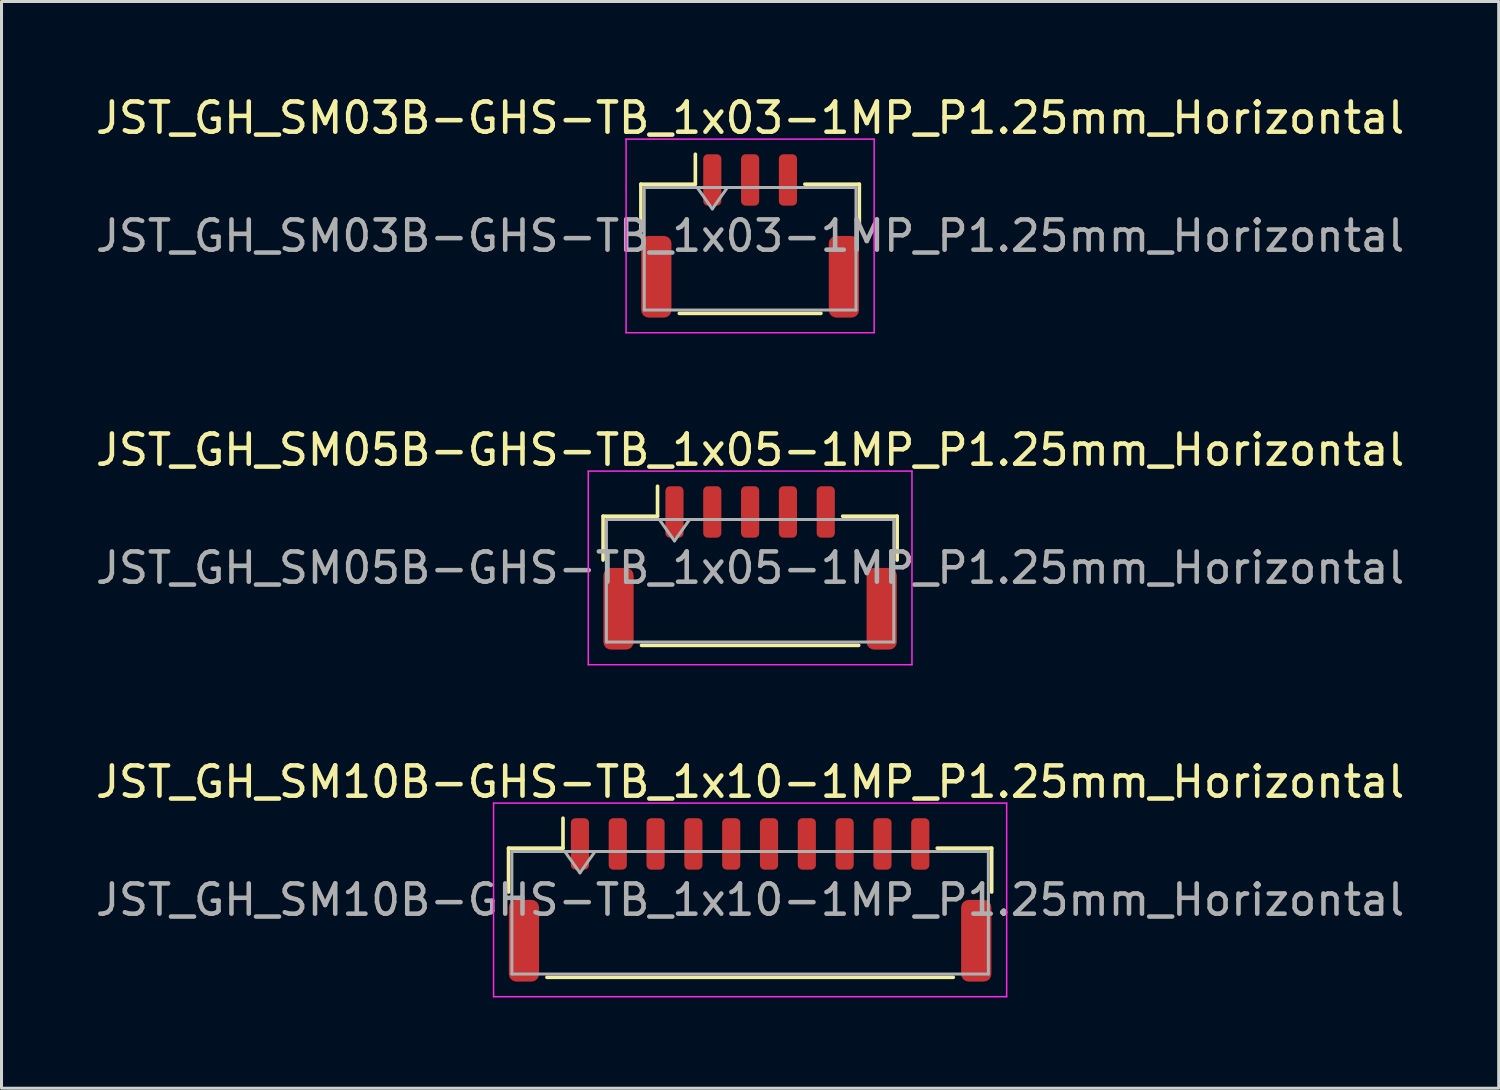
<source format=kicad_pcb>
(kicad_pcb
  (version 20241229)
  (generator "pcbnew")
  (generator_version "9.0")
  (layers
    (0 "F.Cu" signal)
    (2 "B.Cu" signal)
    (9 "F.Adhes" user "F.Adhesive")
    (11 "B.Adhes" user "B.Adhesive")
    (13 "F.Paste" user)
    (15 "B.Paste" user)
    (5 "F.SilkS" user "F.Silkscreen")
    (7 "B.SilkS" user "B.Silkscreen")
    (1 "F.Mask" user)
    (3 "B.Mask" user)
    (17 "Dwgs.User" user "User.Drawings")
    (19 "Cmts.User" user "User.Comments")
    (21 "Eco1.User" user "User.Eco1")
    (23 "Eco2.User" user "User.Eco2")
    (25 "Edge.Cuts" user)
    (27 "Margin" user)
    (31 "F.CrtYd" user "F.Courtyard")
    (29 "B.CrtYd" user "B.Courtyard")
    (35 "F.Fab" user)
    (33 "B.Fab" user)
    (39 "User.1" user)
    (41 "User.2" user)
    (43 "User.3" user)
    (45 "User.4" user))
  (footprint "JST_GH_SM10B-GHS-TB_1x10-1MP_P1.25mm_Horizontal"
    (layer "F.Cu")
    (at 21.744 26.695)
    (property "Reference" "JST_GH_SM10B-GHS-TB_1x10-1MP_P1.25mm_Horizontal" (at 0 -3.9 0) (layer "F.SilkS") (effects (font (size 1 1) (thickness 0.15))))
    (attr smd)
    (fp_line (start -7.985 -1.71) (end -6.185 -1.71) (stroke (width 0.12) (type solid)) (layer "F.SilkS"))
    (fp_line (start -7.985 -0.26) (end -7.985 -1.71) (stroke (width 0.12) (type solid)) (layer "F.SilkS"))
    (fp_line (start -6.715 2.56) (end 6.715 2.56) (stroke (width 0.12) (type solid)) (layer "F.SilkS"))
    (fp_line (start -6.185 -1.71) (end -6.185 -2.7) (stroke (width 0.12) (type solid)) (layer "F.SilkS"))
    (fp_line (start 7.985 -1.71) (end 6.185 -1.71) (stroke (width 0.12) (type solid)) (layer "F.SilkS"))
    (fp_line (start 7.985 -0.26) (end 7.985 -1.71) (stroke (width 0.12) (type solid)) (layer "F.SilkS"))
    (fp_line (start -8.48 -3.2) (end -8.48 3.2) (stroke (width 0.05) (type solid)) (layer "F.CrtYd"))
    (fp_line (start -8.48 3.2) (end 8.48 3.2) (stroke (width 0.05) (type solid)) (layer "F.CrtYd"))
    (fp_line (start 8.48 -3.2) (end -8.48 -3.2) (stroke (width 0.05) (type solid)) (layer "F.CrtYd"))
    (fp_line (start 8.48 3.2) (end 8.48 -3.2) (stroke (width 0.05) (type solid)) (layer "F.CrtYd"))
    (fp_line (start -7.875 -1.6) (end -7.875 2.45) (stroke (width 0.1) (type solid)) (layer "F.Fab"))
    (fp_line (start -7.875 -1.6) (end 7.875 -1.6) (stroke (width 0.1) (type solid)) (layer "F.Fab"))
    (fp_line (start -7.875 2.45) (end 7.875 2.45) (stroke (width 0.1) (type solid)) (layer "F.Fab"))
    (fp_line (start -6.125 -1.6) (end -5.625 -0.893) (stroke (width 0.1) (type solid)) (layer "F.Fab"))
    (fp_line (start -5.625 -0.893) (end -5.125 -1.6) (stroke (width 0.1) (type solid)) (layer "F.Fab"))
    (fp_line (start 7.875 -1.6) (end 7.875 2.45) (stroke (width 0.1) (type solid)) (layer "F.Fab"))
    (fp_text user "${REFERENCE}" (at 0 0 0) (layer "F.Fab") (effects (font (size 1 1) (thickness 0.15))))
    (pad "1" smd roundrect (at -5.625 -1.85) (size 0.6 1.7) (layers "F.Cu" "F.Mask" "F.Paste") (roundrect_rratio 0.25))
    (pad "2" smd roundrect (at -4.375 -1.85) (size 0.6 1.7) (layers "F.Cu" "F.Mask" "F.Paste") (roundrect_rratio 0.25))
    (pad "3" smd roundrect (at -3.125 -1.85) (size 0.6 1.7) (layers "F.Cu" "F.Mask" "F.Paste") (roundrect_rratio 0.25))
    (pad "4" smd roundrect (at -1.875 -1.85) (size 0.6 1.7) (layers "F.Cu" "F.Mask" "F.Paste") (roundrect_rratio 0.25))
    (pad "5" smd roundrect (at -0.625 -1.85) (size 0.6 1.7) (layers "F.Cu" "F.Mask" "F.Paste") (roundrect_rratio 0.25))
    (pad "6" smd roundrect (at 0.625 -1.85) (size 0.6 1.7) (layers "F.Cu" "F.Mask" "F.Paste") (roundrect_rratio 0.25))
    (pad "7" smd roundrect (at 1.875 -1.85) (size 0.6 1.7) (layers "F.Cu" "F.Mask" "F.Paste") (roundrect_rratio 0.25))
    (pad "8" smd roundrect (at 3.125 -1.85) (size 0.6 1.7) (layers "F.Cu" "F.Mask" "F.Paste") (roundrect_rratio 0.25))
    (pad "9" smd roundrect (at 4.375 -1.85) (size 0.6 1.7) (layers "F.Cu" "F.Mask" "F.Paste") (roundrect_rratio 0.25))
    (pad "10" smd roundrect (at 5.625 -1.85) (size 0.6 1.7) (layers "F.Cu" "F.Mask" "F.Paste") (roundrect_rratio 0.25))
    (pad "MP" smd roundrect (at -7.475 1.35) (size 1 2.7) (layers "F.Cu" "F.Mask" "F.Paste") (roundrect_rratio 0.25))
    (pad "MP" smd roundrect (at 7.475 1.35) (size 1 2.7) (layers "F.Cu" "F.Mask" "F.Paste") (roundrect_rratio 0.25)))
  (footprint "JST_GH_SM05B-GHS-TB_1x05-1MP_P1.25mm_Horizontal"
    (layer "F.Cu")
    (at 21.744 15.722)
    (property "Reference" "JST_GH_SM05B-GHS-TB_1x05-1MP_P1.25mm_Horizontal" (at 0 -3.9 0) (layer "F.SilkS") (effects (font (size 1 1) (thickness 0.15))))
    (attr smd)
    (fp_line (start -4.86 -1.71) (end -3.06 -1.71) (stroke (width 0.12) (type solid)) (layer "F.SilkS"))
    (fp_line (start -4.86 -0.26) (end -4.86 -1.71) (stroke (width 0.12) (type solid)) (layer "F.SilkS"))
    (fp_line (start -3.59 2.56) (end 3.59 2.56) (stroke (width 0.12) (type solid)) (layer "F.SilkS"))
    (fp_line (start -3.06 -1.71) (end -3.06 -2.7) (stroke (width 0.12) (type solid)) (layer "F.SilkS"))
    (fp_line (start 4.86 -1.71) (end 3.06 -1.71) (stroke (width 0.12) (type solid)) (layer "F.SilkS"))
    (fp_line (start 4.86 -0.26) (end 4.86 -1.71) (stroke (width 0.12) (type solid)) (layer "F.SilkS"))
    (fp_line (start -5.35 -3.2) (end -5.35 3.2) (stroke (width 0.05) (type solid)) (layer "F.CrtYd"))
    (fp_line (start -5.35 3.2) (end 5.35 3.2) (stroke (width 0.05) (type solid)) (layer "F.CrtYd"))
    (fp_line (start 5.35 -3.2) (end -5.35 -3.2) (stroke (width 0.05) (type solid)) (layer "F.CrtYd"))
    (fp_line (start 5.35 3.2) (end 5.35 -3.2) (stroke (width 0.05) (type solid)) (layer "F.CrtYd"))
    (fp_line (start -4.75 -1.6) (end -4.75 2.45) (stroke (width 0.1) (type solid)) (layer "F.Fab"))
    (fp_line (start -4.75 -1.6) (end 4.75 -1.6) (stroke (width 0.1) (type solid)) (layer "F.Fab"))
    (fp_line (start -4.75 2.45) (end 4.75 2.45) (stroke (width 0.1) (type solid)) (layer "F.Fab"))
    (fp_line (start -3 -1.6) (end -2.5 -0.893) (stroke (width 0.1) (type solid)) (layer "F.Fab"))
    (fp_line (start -2.5 -0.893) (end -2 -1.6) (stroke (width 0.1) (type solid)) (layer "F.Fab"))
    (fp_line (start 4.75 -1.6) (end 4.75 2.45) (stroke (width 0.1) (type solid)) (layer "F.Fab"))
    (fp_text user "${REFERENCE}" (at 0 0 0) (layer "F.Fab") (effects (font (size 1 1) (thickness 0.15))))
    (pad "1" smd roundrect (at -2.5 -1.85) (size 0.6 1.7) (layers "F.Cu" "F.Mask" "F.Paste") (roundrect_rratio 0.25))
    (pad "2" smd roundrect (at -1.25 -1.85) (size 0.6 1.7) (layers "F.Cu" "F.Mask" "F.Paste") (roundrect_rratio 0.25))
    (pad "3" smd roundrect (at 0 -1.85) (size 0.6 1.7) (layers "F.Cu" "F.Mask" "F.Paste") (roundrect_rratio 0.25))
    (pad "4" smd roundrect (at 1.25 -1.85) (size 0.6 1.7) (layers "F.Cu" "F.Mask" "F.Paste") (roundrect_rratio 0.25))
    (pad "5" smd roundrect (at 2.5 -1.85) (size 0.6 1.7) (layers "F.Cu" "F.Mask" "F.Paste") (roundrect_rratio 0.25))
    (pad "MP" smd roundrect (at -4.35 1.35) (size 1 2.7) (layers "F.Cu" "F.Mask" "F.Paste") (roundrect_rratio 0.25))
    (pad "MP" smd roundrect (at 4.35 1.35) (size 1 2.7) (layers "F.Cu" "F.Mask" "F.Paste") (roundrect_rratio 0.25)))
  (footprint "JST_GH_SM03B-GHS-TB_1x03-1MP_P1.25mm_Horizontal"
    (layer "F.Cu")
    (at 21.744 4.748)
    (property "Reference" "JST_GH_SM03B-GHS-TB_1x03-1MP_P1.25mm_Horizontal" (at 0 -3.9 0) (layer "F.SilkS") (effects (font (size 1 1) (thickness 0.15))))
    (attr smd)
    (fp_line (start -3.61 -1.71) (end -1.81 -1.71) (stroke (width 0.12) (type solid)) (layer "F.SilkS"))
    (fp_line (start -3.61 -0.26) (end -3.61 -1.71) (stroke (width 0.12) (type solid)) (layer "F.SilkS"))
    (fp_line (start -2.34 2.56) (end 2.34 2.56) (stroke (width 0.12) (type solid)) (layer "F.SilkS"))
    (fp_line (start -1.81 -1.71) (end -1.81 -2.7) (stroke (width 0.12) (type solid)) (layer "F.SilkS"))
    (fp_line (start 3.61 -1.71) (end 1.81 -1.71) (stroke (width 0.12) (type solid)) (layer "F.SilkS"))
    (fp_line (start 3.61 -0.26) (end 3.61 -1.71) (stroke (width 0.12) (type solid)) (layer "F.SilkS"))
    (fp_line (start -4.1 -3.2) (end -4.1 3.2) (stroke (width 0.05) (type solid)) (layer "F.CrtYd"))
    (fp_line (start -4.1 3.2) (end 4.1 3.2) (stroke (width 0.05) (type solid)) (layer "F.CrtYd"))
    (fp_line (start 4.1 -3.2) (end -4.1 -3.2) (stroke (width 0.05) (type solid)) (layer "F.CrtYd"))
    (fp_line (start 4.1 3.2) (end 4.1 -3.2) (stroke (width 0.05) (type solid)) (layer "F.CrtYd"))
    (fp_line (start -3.5 -1.6) (end -3.5 2.45) (stroke (width 0.1) (type solid)) (layer "F.Fab"))
    (fp_line (start -3.5 -1.6) (end 3.5 -1.6) (stroke (width 0.1) (type solid)) (layer "F.Fab"))
    (fp_line (start -3.5 2.45) (end 3.5 2.45) (stroke (width 0.1) (type solid)) (layer "F.Fab"))
    (fp_line (start -1.75 -1.6) (end -1.25 -0.893) (stroke (width 0.1) (type solid)) (layer "F.Fab"))
    (fp_line (start -1.25 -0.893) (end -0.75 -1.6) (stroke (width 0.1) (type solid)) (layer "F.Fab"))
    (fp_line (start 3.5 -1.6) (end 3.5 2.45) (stroke (width 0.1) (type solid)) (layer "F.Fab"))
    (fp_text user "${REFERENCE}" (at 0 0 0) (layer "F.Fab") (effects (font (size 1 1) (thickness 0.15))))
    (pad "1" smd roundrect (at -1.25 -1.85) (size 0.6 1.7) (layers "F.Cu" "F.Mask" "F.Paste") (roundrect_rratio 0.25))
    (pad "2" smd roundrect (at 0 -1.85) (size 0.6 1.7) (layers "F.Cu" "F.Mask" "F.Paste") (roundrect_rratio 0.25))
    (pad "3" smd roundrect (at 1.25 -1.85) (size 0.6 1.7) (layers "F.Cu" "F.Mask" "F.Paste") (roundrect_rratio 0.25))
    (pad "MP" smd roundrect (at -3.1 1.35) (size 1 2.7) (layers "F.Cu" "F.Mask" "F.Paste") (roundrect_rratio 0.25))
    (pad "MP" smd roundrect (at 3.1 1.35) (size 1 2.7) (layers "F.Cu" "F.Mask" "F.Paste") (roundrect_rratio 0.25)))
  (gr_rect
    (start -3 -3)
    (end 46.488 32.92)
    (stroke (width 0.1) (type default))
    (fill no)
    (layer "Edge.Cuts")))
</source>
